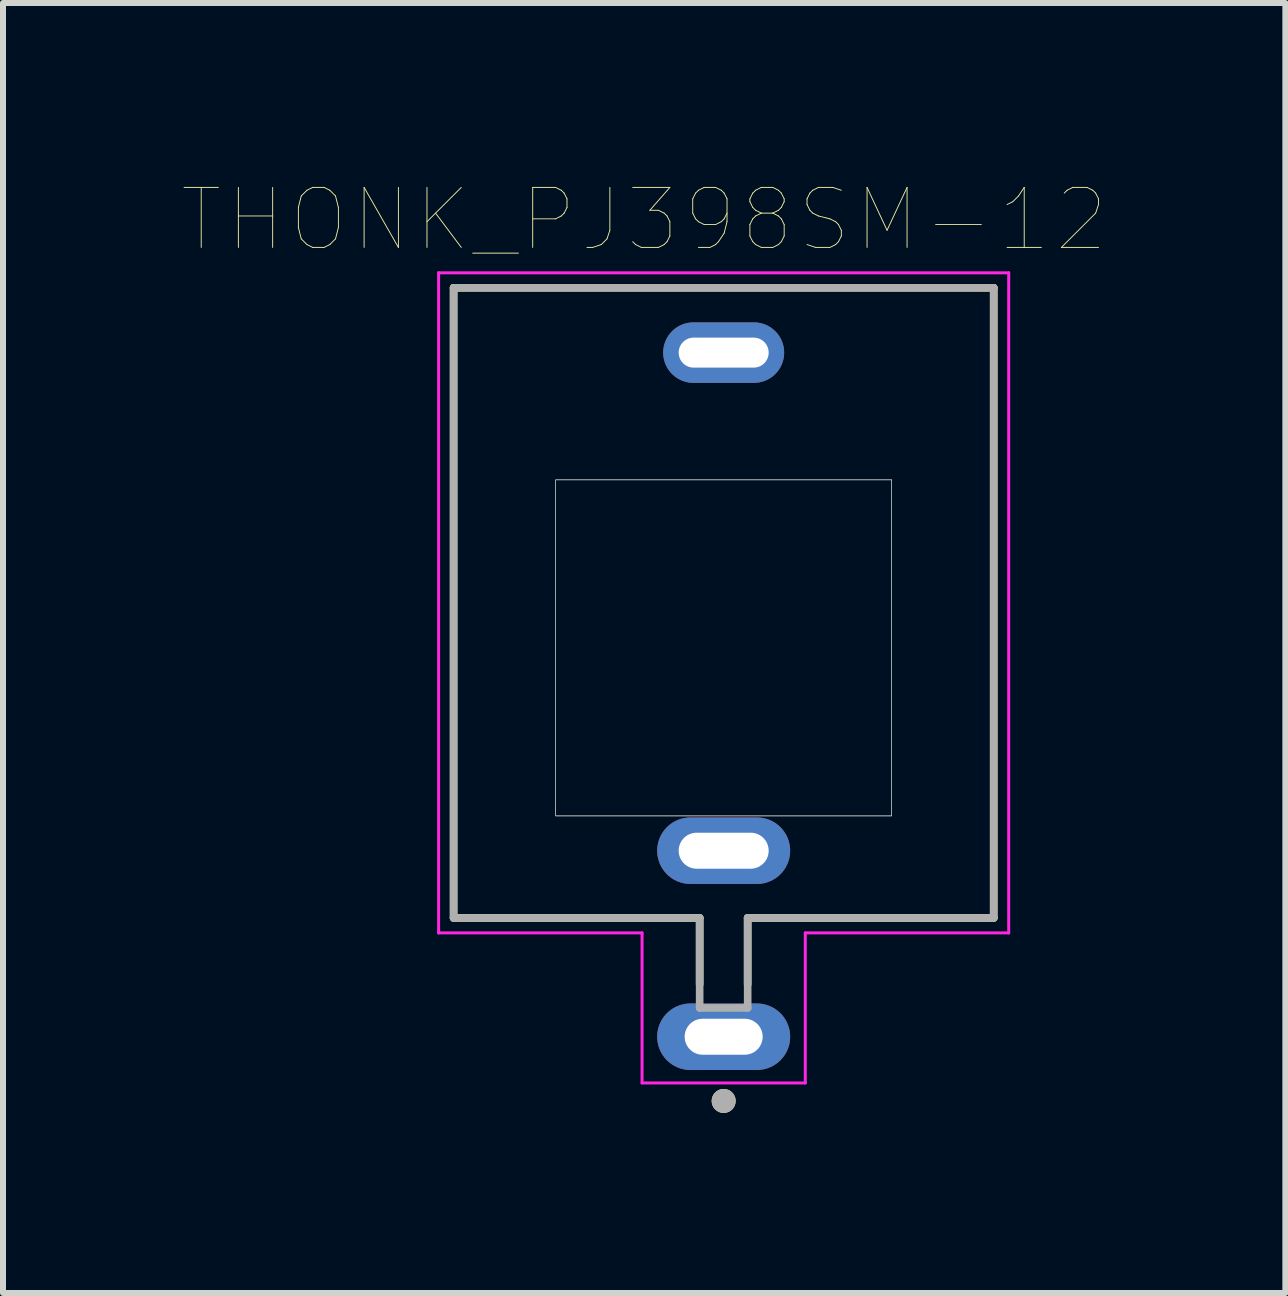
<source format=kicad_pcb>
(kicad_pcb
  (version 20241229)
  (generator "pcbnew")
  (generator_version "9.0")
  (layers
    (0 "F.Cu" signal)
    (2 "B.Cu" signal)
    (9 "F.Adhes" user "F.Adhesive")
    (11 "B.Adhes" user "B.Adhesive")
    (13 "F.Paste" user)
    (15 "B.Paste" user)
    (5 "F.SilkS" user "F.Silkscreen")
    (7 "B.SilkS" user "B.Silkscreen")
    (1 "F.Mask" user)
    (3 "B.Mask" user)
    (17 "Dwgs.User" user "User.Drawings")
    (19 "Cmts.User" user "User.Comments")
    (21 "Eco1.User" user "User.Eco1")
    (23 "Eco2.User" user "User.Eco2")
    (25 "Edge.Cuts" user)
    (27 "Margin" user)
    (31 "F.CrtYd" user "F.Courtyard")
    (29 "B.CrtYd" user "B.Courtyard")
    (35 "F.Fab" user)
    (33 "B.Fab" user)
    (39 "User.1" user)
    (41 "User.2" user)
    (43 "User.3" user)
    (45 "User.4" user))
  (footprint "THONK_PJ398SM-12"
    (layer "F.Cu")
    (at 9.009 7.746)
    (property "Reference" "THONK_PJ398SM-12" (at -1.325 -7.135 0) (layer "F.SilkS") (effects (font (size 1 1) (thickness 0.015))))
    (attr through_hole)
    (fp_line (start -4.5 -6) (end -4.5 4.5) (stroke (width 0.127) (type solid)) (layer "F.SilkS"))
    (fp_line (start -4.5 -6) (end 4.5 -6) (stroke (width 0.127) (type solid)) (layer "F.SilkS"))
    (fp_line (start -4.5 4.5) (end -0.4 4.5) (stroke (width 0.127) (type solid)) (layer "F.SilkS"))
    (fp_line (start -0.4 4.5) (end -0.4 5.605) (stroke (width 0.127) (type solid)) (layer "F.SilkS"))
    (fp_line (start 0.4 4.5) (end 4.5 4.5) (stroke (width 0.127) (type solid)) (layer "F.SilkS"))
    (fp_line (start 0.4 5.605) (end 0.4 4.5) (stroke (width 0.127) (type solid)) (layer "F.SilkS"))
    (fp_line (start 4.5 4.5) (end 4.5 -6) (stroke (width 0.127) (type solid)) (layer "F.SilkS"))
    (fp_circle (center 0 7.55) (end 0.1 7.55) (stroke (width 0.2) (type solid)) (fill no) (layer "F.SilkS"))
    (fp_poly (pts (xy -2.8 -2.8) (xy 2.8 -2.8) (xy 2.8 2.8) (xy -2.8 2.8)) (stroke (width 0.01) (type solid)) (fill no) (layer "Dwgs.User"))
    (fp_poly (pts (xy -2.8 -2.8) (xy 2.8 -2.8) (xy 2.8 2.8) (xy -2.8 2.8)) (stroke (width 0.01) (type solid)) (fill no) (layer "Dwgs.User"))
    (fp_line (start -4.75 -6.25) (end 4.75 -6.25) (stroke (width 0.05) (type solid)) (layer "F.CrtYd"))
    (fp_line (start -4.75 4.75) (end -4.75 -6.25) (stroke (width 0.05) (type solid)) (layer "F.CrtYd"))
    (fp_line (start -1.36 4.75) (end -4.75 4.75) (stroke (width 0.05) (type solid)) (layer "F.CrtYd"))
    (fp_line (start -1.36 7.25) (end -1.36 4.75) (stroke (width 0.05) (type solid)) (layer "F.CrtYd"))
    (fp_line (start 1.36 4.75) (end 1.36 7.25) (stroke (width 0.05) (type solid)) (layer "F.CrtYd"))
    (fp_line (start 1.36 7.25) (end -1.36 7.25) (stroke (width 0.05) (type solid)) (layer "F.CrtYd"))
    (fp_line (start 4.75 -6.25) (end 4.75 4.75) (stroke (width 0.05) (type solid)) (layer "F.CrtYd"))
    (fp_line (start 4.75 4.75) (end 1.36 4.75) (stroke (width 0.05) (type solid)) (layer "F.CrtYd"))
    (fp_line (start -4.5 -6) (end -4.5 4.5) (stroke (width 0.127) (type solid)) (layer "F.Fab"))
    (fp_line (start -4.5 -6) (end 4.5 -6) (stroke (width 0.127) (type solid)) (layer "F.Fab"))
    (fp_line (start -4.5 4.5) (end -0.4 4.5) (stroke (width 0.127) (type solid)) (layer "F.Fab"))
    (fp_line (start -0.4 4.5) (end -0.4 6) (stroke (width 0.127) (type solid)) (layer "F.Fab"))
    (fp_line (start -0.4 6) (end 0.4 6) (stroke (width 0.127) (type solid)) (layer "F.Fab"))
    (fp_line (start 0.4 4.5) (end 4.5 4.5) (stroke (width 0.127) (type solid)) (layer "F.Fab"))
    (fp_line (start 0.4 6) (end 0.4 4.5) (stroke (width 0.127) (type solid)) (layer "F.Fab"))
    (fp_line (start 4.5 4.5) (end 4.5 -6) (stroke (width 0.127) (type solid)) (layer "F.Fab"))
    (fp_circle (center 0 7.55) (end 0.1 7.55) (stroke (width 0.2) (type solid)) (fill no) (layer "F.Fab"))
    (pad "1" thru_hole oval (at 0 6.48) (size 2.216 1.108) (drill oval 1.3 0.6) (layers "*.Cu" "*.Mask"))
    (pad "2" thru_hole oval (at 0 3.38) (size 2.216 1.108) (drill oval 1.5 0.6) (layers "*.Cu" "*.Mask"))
    (pad "3" thru_hole oval (at 0 -4.92) (size 2.016 1.008) (drill oval 1.5 0.5) (layers "*.Cu" "*.Mask")))
  (gr_rect
    (start -3 -3)
    (end 18.369 18.496)
    (stroke (width 0.1) (type default))
    (fill no)
    (layer "Edge.Cuts")))
</source>
